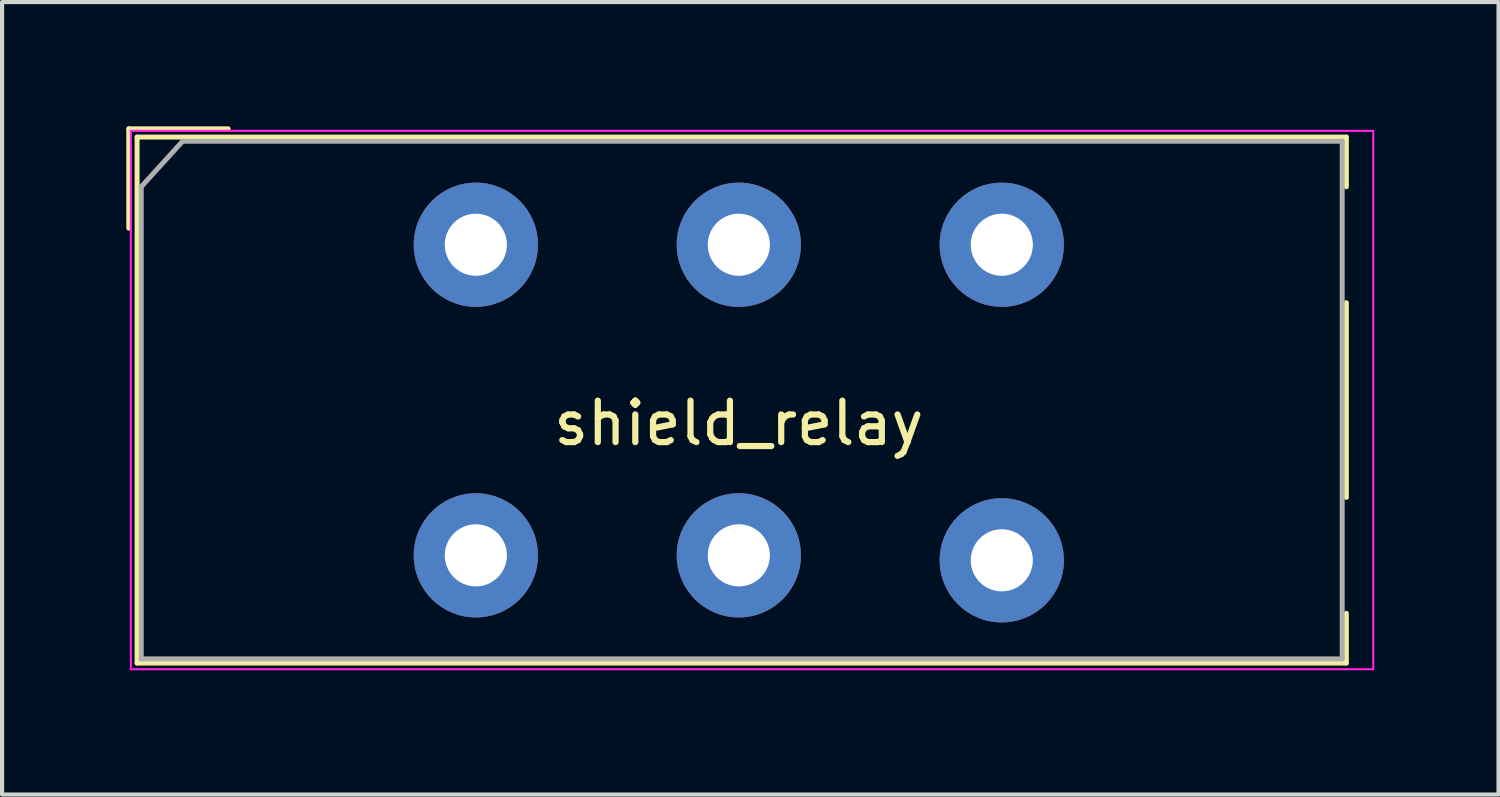
<source format=kicad_pcb>
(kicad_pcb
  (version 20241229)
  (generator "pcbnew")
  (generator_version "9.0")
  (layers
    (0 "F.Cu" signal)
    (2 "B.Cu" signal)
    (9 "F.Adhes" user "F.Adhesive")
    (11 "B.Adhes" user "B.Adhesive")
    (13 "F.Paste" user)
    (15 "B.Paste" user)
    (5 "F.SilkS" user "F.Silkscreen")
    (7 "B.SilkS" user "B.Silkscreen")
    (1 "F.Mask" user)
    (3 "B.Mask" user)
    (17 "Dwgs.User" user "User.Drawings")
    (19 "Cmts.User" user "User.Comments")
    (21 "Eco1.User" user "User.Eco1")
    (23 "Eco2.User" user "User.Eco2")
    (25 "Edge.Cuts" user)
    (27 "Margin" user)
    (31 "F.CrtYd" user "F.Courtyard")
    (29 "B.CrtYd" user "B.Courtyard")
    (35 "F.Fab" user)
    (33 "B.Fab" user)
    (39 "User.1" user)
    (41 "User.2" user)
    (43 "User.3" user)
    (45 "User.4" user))
  (footprint "shield_relay"
    (layer "F.Cu")
    (at 14.79 6.67)
    (property "Reference" "shield_relay" (at 0 0.5 0) (layer "F.SilkS") (effects (font (size 1 1) (thickness 0.15))))
    (attr through_hole)
    (fp_line (start -14.73 -4.21) (end -14.73 -6.61) (stroke (width 0.12) (type solid)) (layer "F.SilkS"))
    (fp_line (start -14.53 -6.41) (end 14.67 -6.41) (stroke (width 0.12) (type solid)) (layer "F.SilkS"))
    (fp_line (start -14.53 6.29) (end -14.53 -6.41) (stroke (width 0.12) (type solid)) (layer "F.SilkS"))
    (fp_line (start -12.33 -6.61) (end -14.73 -6.61) (stroke (width 0.12) (type solid)) (layer "F.SilkS"))
    (fp_line (start 14.67 -6.41) (end 14.67 -5.21) (stroke (width 0.12) (type solid)) (layer "F.SilkS"))
    (fp_line (start 14.67 -2.41) (end 14.67 2.29) (stroke (width 0.12) (type solid)) (layer "F.SilkS"))
    (fp_line (start 14.67 5.09) (end 14.67 6.29) (stroke (width 0.12) (type solid)) (layer "F.SilkS"))
    (fp_line (start 14.67 6.29) (end -14.53 6.29) (stroke (width 0.12) (type solid)) (layer "F.SilkS"))
    (fp_line (start -14.68 -6.56) (end -14.68 6.44) (stroke (width 0.05) (type solid)) (layer "F.CrtYd"))
    (fp_line (start -14.68 -6.56) (end 15.32 -6.56) (stroke (width 0.05) (type solid)) (layer "F.CrtYd"))
    (fp_line (start 15.32 6.44) (end -14.68 6.44) (stroke (width 0.05) (type solid)) (layer "F.CrtYd"))
    (fp_line (start 15.32 6.44) (end 15.32 -6.56) (stroke (width 0.05) (type solid)) (layer "F.CrtYd"))
    (fp_line (start -14.43 -5.21) (end -14.43 6.19) (stroke (width 0.12) (type solid)) (layer "F.Fab"))
    (fp_line (start -14.43 6.19) (end 14.57 6.19) (stroke (width 0.12) (type solid)) (layer "F.Fab"))
    (fp_line (start -13.43 -6.31) (end -14.43 -5.21) (stroke (width 0.12) (type solid)) (layer "F.Fab"))
    (fp_line (start 14.57 -6.31) (end -13.43 -6.31) (stroke (width 0.12) (type solid)) (layer "F.Fab"))
    (fp_line (start 14.57 6.19) (end 14.57 -6.31) (stroke (width 0.12) (type solid)) (layer "F.Fab"))
    (pad "1" thru_hole circle (at -6.35 -3.81) (size 3 3) (drill 1.5) (layers "*.Cu" "*.Mask"))
    (pad "2" thru_hole circle (at 0 -3.81) (size 3 3) (drill 1.5) (layers "*.Cu" "*.Mask"))
    (pad "3" thru_hole circle (at 6.35 -3.81) (size 3 3) (drill 1.5) (layers "*.Cu" "*.Mask"))
    (pad "4" thru_hole circle (at -6.35 3.69) (size 3 3) (drill 1.5) (layers "*.Cu" "*.Mask"))
    (pad "5" thru_hole circle (at 0 3.69) (size 3 3) (drill 1.5) (layers "*.Cu" "*.Mask"))
    (pad "6" thru_hole circle (at 6.35 3.81) (size 3 3) (drill 1.5) (layers "*.Cu" "*.Mask")))
  (gr_rect
    (start -3 -3)
    (end 33.135 16.135)
    (stroke (width 0.1) (type default))
    (fill no)
    (layer "Edge.Cuts")))
</source>
